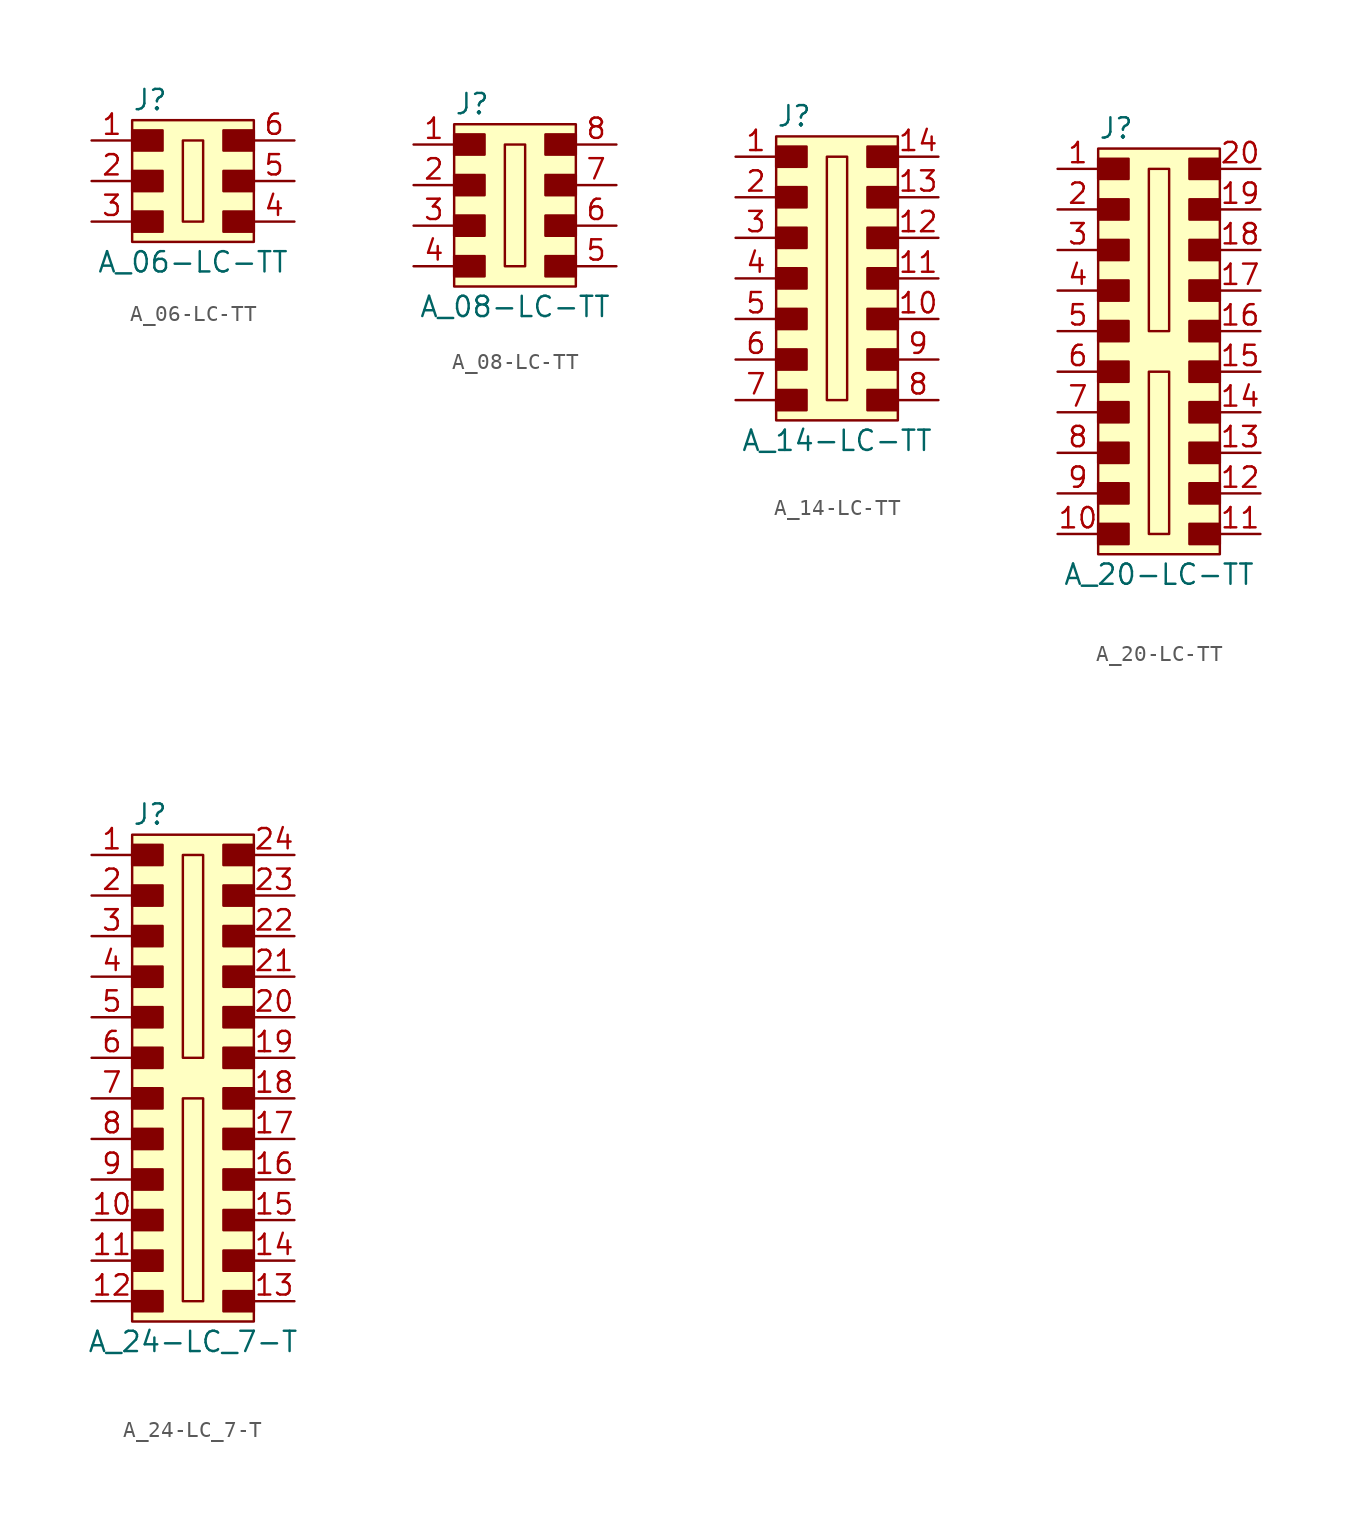
<source format=kicad_sym>
(kicad_symbol_lib
  (version 20201005)
  (generator kicad_symbol_editor)
  (symbol "A_06-LC-TT"
    (pin_names
      (offset 1.016))
    (property "Reference" "J"
      (at -3.81 5.08 0)
      (effects (font (size 1.27 1.27)) (justify left)))
    (property "Value" "A_06-LC-TT"
      (at 0 -5.08 0)
      (effects (font (size 1.27 1.27))))
    (symbol "A_06-LC-TT_1_1"
      (rectangle (start -3.81 -1.905) (end -1.905 -3.175) (stroke (width 0)) (fill (type outline)))
      (rectangle (start -3.81 0.635) (end -1.905 -0.635) (stroke (width 0)) (fill (type outline)))
      (rectangle (start -3.81 3.175) (end -1.905 1.905) (stroke (width 0)) (fill (type outline)))
      (rectangle (start -3.81 3.81) (end 3.81 -3.81) (stroke (width 0)) (fill (type background)))
      (rectangle (start -0.635 2.54) (end 0.635 -2.54) (stroke (width 0)) (fill (type none)))
      (rectangle (start 1.905 -1.905) (end 3.81 -3.175) (stroke (width 0)) (fill (type outline)))
      (rectangle (start 1.905 0.635) (end 3.81 -0.635) (stroke (width 0)) (fill (type outline)))
      (rectangle (start 1.905 3.175) (end 3.81 1.905) (stroke (width 0)) (fill (type outline)))
      (pin passive line (at -6.35 2.54 0) (length 2.54) (name "~" (effects (font (size 1.27 1.27)))) (number "1" (effects (font (size 1.27 1.27)))))
      (pin passive line (at -6.35 0 0) (length 2.54) (name "~" (effects (font (size 1.27 1.27)))) (number "2" (effects (font (size 1.27 1.27)))))
      (pin passive line (at -6.35 -2.54 0) (length 2.54) (name "~" (effects (font (size 1.27 1.27)))) (number "3" (effects (font (size 1.27 1.27)))))
      (pin passive line (at 6.35 -2.54 180) (length 2.54) (name "~" (effects (font (size 1.27 1.27)))) (number "4" (effects (font (size 1.27 1.27)))))
      (pin passive line (at 6.35 0 180) (length 2.54) (name "~" (effects (font (size 1.27 1.27)))) (number "5" (effects (font (size 1.27 1.27)))))
      (pin passive line (at 6.35 2.54 180) (length 2.54) (name "~" (effects (font (size 1.27 1.27)))) (number "6" (effects (font (size 1.27 1.27)))))))
  (symbol "A_08-LC-TT"
    (pin_names
      (offset 1.016))
    (property "Reference" "J"
      (at -3.81 6.35 0)
      (effects (font (size 1.27 1.27)) (justify left)))
    (property "Value" "A_08-LC-TT"
      (at 0 -6.35 0)
      (effects (font (size 1.27 1.27))))
    (symbol "A_08-LC-TT_1_1"
      (rectangle (start -3.81 -3.175) (end -1.905 -4.445) (stroke (width 0)) (fill (type outline)))
      (rectangle (start -3.81 -0.635) (end -1.905 -1.905) (stroke (width 0)) (fill (type outline)))
      (rectangle (start -3.81 1.905) (end -1.905 0.635) (stroke (width 0)) (fill (type outline)))
      (rectangle (start -3.81 4.445) (end -1.905 3.175) (stroke (width 0)) (fill (type outline)))
      (rectangle (start -3.81 5.08) (end 3.81 -5.08) (stroke (width 0)) (fill (type background)))
      (rectangle (start -0.635 3.81) (end 0.635 -3.81) (stroke (width 0)) (fill (type none)))
      (rectangle (start 1.905 -3.175) (end 3.81 -4.445) (stroke (width 0)) (fill (type outline)))
      (rectangle (start 1.905 -0.635) (end 3.81 -1.905) (stroke (width 0)) (fill (type outline)))
      (rectangle (start 1.905 1.905) (end 3.81 0.635) (stroke (width 0)) (fill (type outline)))
      (rectangle (start 1.905 4.445) (end 3.81 3.175) (stroke (width 0)) (fill (type outline)))
      (pin passive line (at -6.35 3.81 0) (length 2.54) (name "~" (effects (font (size 1.27 1.27)))) (number "1" (effects (font (size 1.27 1.27)))))
      (pin passive line (at -6.35 1.27 0) (length 2.54) (name "~" (effects (font (size 1.27 1.27)))) (number "2" (effects (font (size 1.27 1.27)))))
      (pin passive line (at -6.35 -1.27 0) (length 2.54) (name "~" (effects (font (size 1.27 1.27)))) (number "3" (effects (font (size 1.27 1.27)))))
      (pin passive line (at -6.35 -3.81 0) (length 2.54) (name "~" (effects (font (size 1.27 1.27)))) (number "4" (effects (font (size 1.27 1.27)))))
      (pin passive line (at 6.35 -3.81 180) (length 2.54) (name "~" (effects (font (size 1.27 1.27)))) (number "5" (effects (font (size 1.27 1.27)))))
      (pin passive line (at 6.35 -1.27 180) (length 2.54) (name "~" (effects (font (size 1.27 1.27)))) (number "6" (effects (font (size 1.27 1.27)))))
      (pin passive line (at 6.35 1.27 180) (length 2.54) (name "~" (effects (font (size 1.27 1.27)))) (number "7" (effects (font (size 1.27 1.27)))))
      (pin passive line (at 6.35 3.81 180) (length 2.54) (name "~" (effects (font (size 1.27 1.27)))) (number "8" (effects (font (size 1.27 1.27)))))))
  (symbol "A_14-LC-TT"
    (pin_names
      (offset 1.016))
    (property "Reference" "J"
      (at -3.81 7.62 0)
      (effects (font (size 1.27 1.27)) (justify left)))
    (property "Value" "A_14-LC-TT"
      (at 0 -12.7 0)
      (effects (font (size 1.27 1.27))))
    (symbol "A_14-LC-TT_1_1"
      (rectangle (start -3.81 -9.525) (end -1.905 -10.795) (stroke (width 0)) (fill (type outline)))
      (rectangle (start -3.81 -6.985) (end -1.905 -8.255) (stroke (width 0)) (fill (type outline)))
      (rectangle (start -3.81 -4.445) (end -1.905 -5.715) (stroke (width 0)) (fill (type outline)))
      (rectangle (start -3.81 -1.905) (end -1.905 -3.175) (stroke (width 0)) (fill (type outline)))
      (rectangle (start -3.81 0.635) (end -1.905 -0.635) (stroke (width 0)) (fill (type outline)))
      (rectangle (start -3.81 3.175) (end -1.905 1.905) (stroke (width 0)) (fill (type outline)))
      (rectangle (start -3.81 5.715) (end -1.905 4.445) (stroke (width 0)) (fill (type outline)))
      (rectangle (start -3.81 6.35) (end 3.81 -11.43) (stroke (width 0)) (fill (type background)))
      (rectangle (start -0.635 5.08) (end 0.635 -10.16) (stroke (width 0)) (fill (type none)))
      (rectangle (start 1.905 -9.525) (end 3.81 -10.795) (stroke (width 0)) (fill (type outline)))
      (rectangle (start 1.905 -6.985) (end 3.81 -8.255) (stroke (width 0)) (fill (type outline)))
      (rectangle (start 1.905 -4.445) (end 3.81 -5.715) (stroke (width 0)) (fill (type outline)))
      (rectangle (start 1.905 -1.905) (end 3.81 -3.175) (stroke (width 0)) (fill (type outline)))
      (rectangle (start 1.905 0.635) (end 3.81 -0.635) (stroke (width 0)) (fill (type outline)))
      (rectangle (start 1.905 3.175) (end 3.81 1.905) (stroke (width 0)) (fill (type outline)))
      (rectangle (start 1.905 5.715) (end 3.81 4.445) (stroke (width 0)) (fill (type outline)))
      (pin passive line (at -6.35 5.08 0) (length 2.54) (name "~" (effects (font (size 1.27 1.27)))) (number "1" (effects (font (size 1.27 1.27)))))
      (pin passive line (at 6.35 -5.08 180) (length 2.54) (name "~" (effects (font (size 1.27 1.27)))) (number "10" (effects (font (size 1.27 1.27)))))
      (pin passive line (at 6.35 -2.54 180) (length 2.54) (name "~" (effects (font (size 1.27 1.27)))) (number "11" (effects (font (size 1.27 1.27)))))
      (pin passive line (at 6.35 0 180) (length 2.54) (name "~" (effects (font (size 1.27 1.27)))) (number "12" (effects (font (size 1.27 1.27)))))
      (pin passive line (at 6.35 2.54 180) (length 2.54) (name "~" (effects (font (size 1.27 1.27)))) (number "13" (effects (font (size 1.27 1.27)))))
      (pin passive line (at 6.35 5.08 180) (length 2.54) (name "~" (effects (font (size 1.27 1.27)))) (number "14" (effects (font (size 1.27 1.27)))))
      (pin passive line (at -6.35 2.54 0) (length 2.54) (name "~" (effects (font (size 1.27 1.27)))) (number "2" (effects (font (size 1.27 1.27)))))
      (pin passive line (at -6.35 0 0) (length 2.54) (name "~" (effects (font (size 1.27 1.27)))) (number "3" (effects (font (size 1.27 1.27)))))
      (pin passive line (at -6.35 -2.54 0) (length 2.54) (name "~" (effects (font (size 1.27 1.27)))) (number "4" (effects (font (size 1.27 1.27)))))
      (pin passive line (at -6.35 -5.08 0) (length 2.54) (name "~" (effects (font (size 1.27 1.27)))) (number "5" (effects (font (size 1.27 1.27)))))
      (pin passive line (at -6.35 -7.62 0) (length 2.54) (name "~" (effects (font (size 1.27 1.27)))) (number "6" (effects (font (size 1.27 1.27)))))
      (pin passive line (at -6.35 -10.16 0) (length 2.54) (name "~" (effects (font (size 1.27 1.27)))) (number "7" (effects (font (size 1.27 1.27)))))
      (pin passive line (at 6.35 -10.16 180) (length 2.54) (name "~" (effects (font (size 1.27 1.27)))) (number "8" (effects (font (size 1.27 1.27)))))
      (pin passive line (at 6.35 -7.62 180) (length 2.54) (name "~" (effects (font (size 1.27 1.27)))) (number "9" (effects (font (size 1.27 1.27)))))))
  (symbol "A_20-LC-TT"
    (pin_names
      (offset 1.016))
    (property "Reference" "J"
      (at -3.81 13.97 0)
      (effects (font (size 1.27 1.27)) (justify left)))
    (property "Value" "A_20-LC-TT"
      (at 0 -13.97 0)
      (effects (font (size 1.27 1.27))))
    (symbol "A_20-LC-TT_1_1"
      (rectangle (start -3.81 -10.795) (end -1.905 -12.065) (stroke (width 0)) (fill (type outline)))
      (rectangle (start -3.81 -8.255) (end -1.905 -9.525) (stroke (width 0)) (fill (type outline)))
      (rectangle (start -3.81 -5.715) (end -1.905 -6.985) (stroke (width 0)) (fill (type outline)))
      (rectangle (start -3.81 -3.175) (end -1.905 -4.445) (stroke (width 0)) (fill (type outline)))
      (rectangle (start -3.81 -0.635) (end -1.905 -1.905) (stroke (width 0)) (fill (type outline)))
      (rectangle (start -3.81 1.905) (end -1.905 0.635) (stroke (width 0)) (fill (type outline)))
      (rectangle (start -3.81 4.445) (end -1.905 3.175) (stroke (width 0)) (fill (type outline)))
      (rectangle (start -3.81 6.985) (end -1.905 5.715) (stroke (width 0)) (fill (type outline)))
      (rectangle (start -3.81 9.525) (end -1.905 8.255) (stroke (width 0)) (fill (type outline)))
      (rectangle (start -3.81 12.065) (end -1.905 10.795) (stroke (width 0)) (fill (type outline)))
      (rectangle (start -3.81 12.7) (end 3.81 -12.7) (stroke (width 0)) (fill (type background)))
      (rectangle (start -0.635 -1.27) (end 0.635 -11.43) (stroke (width 0)) (fill (type none)))
      (rectangle (start -0.635 11.43) (end 0.635 1.27) (stroke (width 0)) (fill (type none)))
      (rectangle (start 1.905 -10.795) (end 3.81 -12.065) (stroke (width 0)) (fill (type outline)))
      (rectangle (start 1.905 -8.255) (end 3.81 -9.525) (stroke (width 0)) (fill (type outline)))
      (rectangle (start 1.905 -5.715) (end 3.81 -6.985) (stroke (width 0)) (fill (type outline)))
      (rectangle (start 1.905 -3.175) (end 3.81 -4.445) (stroke (width 0)) (fill (type outline)))
      (rectangle (start 1.905 -0.635) (end 3.81 -1.905) (stroke (width 0)) (fill (type outline)))
      (rectangle (start 1.905 1.905) (end 3.81 0.635) (stroke (width 0)) (fill (type outline)))
      (rectangle (start 1.905 4.445) (end 3.81 3.175) (stroke (width 0)) (fill (type outline)))
      (rectangle (start 1.905 6.985) (end 3.81 5.715) (stroke (width 0)) (fill (type outline)))
      (rectangle (start 1.905 9.525) (end 3.81 8.255) (stroke (width 0)) (fill (type outline)))
      (rectangle (start 1.905 12.065) (end 3.81 10.795) (stroke (width 0)) (fill (type outline)))
      (pin passive line (at -6.35 11.43 0) (length 2.54) (name "~" (effects (font (size 1.27 1.27)))) (number "1" (effects (font (size 1.27 1.27)))))
      (pin passive line (at -6.35 -11.43 0) (length 2.54) (name "~" (effects (font (size 1.27 1.27)))) (number "10" (effects (font (size 1.27 1.27)))))
      (pin passive line (at 6.35 -11.43 180) (length 2.54) (name "~" (effects (font (size 1.27 1.27)))) (number "11" (effects (font (size 1.27 1.27)))))
      (pin passive line (at 6.35 -8.89 180) (length 2.54) (name "~" (effects (font (size 1.27 1.27)))) (number "12" (effects (font (size 1.27 1.27)))))
      (pin passive line (at 6.35 -6.35 180) (length 2.54) (name "~" (effects (font (size 1.27 1.27)))) (number "13" (effects (font (size 1.27 1.27)))))
      (pin passive line (at 6.35 -3.81 180) (length 2.54) (name "~" (effects (font (size 1.27 1.27)))) (number "14" (effects (font (size 1.27 1.27)))))
      (pin passive line (at 6.35 -1.27 180) (length 2.54) (name "~" (effects (font (size 1.27 1.27)))) (number "15" (effects (font (size 1.27 1.27)))))
      (pin passive line (at 6.35 1.27 180) (length 2.54) (name "~" (effects (font (size 1.27 1.27)))) (number "16" (effects (font (size 1.27 1.27)))))
      (pin passive line (at 6.35 3.81 180) (length 2.54) (name "~" (effects (font (size 1.27 1.27)))) (number "17" (effects (font (size 1.27 1.27)))))
      (pin passive line (at 6.35 6.35 180) (length 2.54) (name "~" (effects (font (size 1.27 1.27)))) (number "18" (effects (font (size 1.27 1.27)))))
      (pin passive line (at 6.35 8.89 180) (length 2.54) (name "~" (effects (font (size 1.27 1.27)))) (number "19" (effects (font (size 1.27 1.27)))))
      (pin passive line (at -6.35 8.89 0) (length 2.54) (name "~" (effects (font (size 1.27 1.27)))) (number "2" (effects (font (size 1.27 1.27)))))
      (pin passive line (at 6.35 11.43 180) (length 2.54) (name "~" (effects (font (size 1.27 1.27)))) (number "20" (effects (font (size 1.27 1.27)))))
      (pin passive line (at -6.35 6.35 0) (length 2.54) (name "~" (effects (font (size 1.27 1.27)))) (number "3" (effects (font (size 1.27 1.27)))))
      (pin passive line (at -6.35 3.81 0) (length 2.54) (name "~" (effects (font (size 1.27 1.27)))) (number "4" (effects (font (size 1.27 1.27)))))
      (pin passive line (at -6.35 1.27 0) (length 2.54) (name "~" (effects (font (size 1.27 1.27)))) (number "5" (effects (font (size 1.27 1.27)))))
      (pin passive line (at -6.35 -1.27 0) (length 2.54) (name "~" (effects (font (size 1.27 1.27)))) (number "6" (effects (font (size 1.27 1.27)))))
      (pin passive line (at -6.35 -3.81 0) (length 2.54) (name "~" (effects (font (size 1.27 1.27)))) (number "7" (effects (font (size 1.27 1.27)))))
      (pin passive line (at -6.35 -6.35 0) (length 2.54) (name "~" (effects (font (size 1.27 1.27)))) (number "8" (effects (font (size 1.27 1.27)))))
      (pin passive line (at -6.35 -8.89 0) (length 2.54) (name "~" (effects (font (size 1.27 1.27)))) (number "9" (effects (font (size 1.27 1.27)))))))
  (symbol "A_24-LC_7-T"
    (pin_names
      (offset 1.016))
    (property "Reference" "J"
      (at -3.81 16.51 0)
      (effects (font (size 1.27 1.27)) (justify left)))
    (property "Value" "A_24-LC_7-T"
      (at 0 -16.51 0)
      (effects (font (size 1.27 1.27))))
    (symbol "A_24-LC_7-T_1_1"
      (rectangle (start -3.81 -13.335) (end -1.905 -14.605) (stroke (width 0)) (fill (type outline)))
      (rectangle (start -3.81 -10.795) (end -1.905 -12.065) (stroke (width 0)) (fill (type outline)))
      (rectangle (start -3.81 -8.255) (end -1.905 -9.525) (stroke (width 0)) (fill (type outline)))
      (rectangle (start -3.81 -5.715) (end -1.905 -6.985) (stroke (width 0)) (fill (type outline)))
      (rectangle (start -3.81 -3.175) (end -1.905 -4.445) (stroke (width 0)) (fill (type outline)))
      (rectangle (start -3.81 -0.635) (end -1.905 -1.905) (stroke (width 0)) (fill (type outline)))
      (rectangle (start -3.81 1.905) (end -1.905 0.635) (stroke (width 0)) (fill (type outline)))
      (rectangle (start -3.81 4.445) (end -1.905 3.175) (stroke (width 0)) (fill (type outline)))
      (rectangle (start -3.81 6.985) (end -1.905 5.715) (stroke (width 0)) (fill (type outline)))
      (rectangle (start -3.81 9.525) (end -1.905 8.255) (stroke (width 0)) (fill (type outline)))
      (rectangle (start -3.81 12.065) (end -1.905 10.795) (stroke (width 0)) (fill (type outline)))
      (rectangle (start -3.81 14.605) (end -1.905 13.335) (stroke (width 0)) (fill (type outline)))
      (rectangle (start -3.81 15.24) (end 3.81 -15.24) (stroke (width 0)) (fill (type background)))
      (rectangle (start -0.635 -1.27) (end 0.635 -13.97) (stroke (width 0)) (fill (type none)))
      (rectangle (start -0.635 13.97) (end 0.635 1.27) (stroke (width 0)) (fill (type none)))
      (rectangle (start 1.905 -13.335) (end 3.81 -14.605) (stroke (width 0)) (fill (type outline)))
      (rectangle (start 1.905 -10.795) (end 3.81 -12.065) (stroke (width 0)) (fill (type outline)))
      (rectangle (start 1.905 -8.255) (end 3.81 -9.525) (stroke (width 0)) (fill (type outline)))
      (rectangle (start 1.905 -5.715) (end 3.81 -6.985) (stroke (width 0)) (fill (type outline)))
      (rectangle (start 1.905 -3.175) (end 3.81 -4.445) (stroke (width 0)) (fill (type outline)))
      (rectangle (start 1.905 -0.635) (end 3.81 -1.905) (stroke (width 0)) (fill (type outline)))
      (rectangle (start 1.905 1.905) (end 3.81 0.635) (stroke (width 0)) (fill (type outline)))
      (rectangle (start 1.905 4.445) (end 3.81 3.175) (stroke (width 0)) (fill (type outline)))
      (rectangle (start 1.905 6.985) (end 3.81 5.715) (stroke (width 0)) (fill (type outline)))
      (rectangle (start 1.905 9.525) (end 3.81 8.255) (stroke (width 0)) (fill (type outline)))
      (rectangle (start 1.905 12.065) (end 3.81 10.795) (stroke (width 0)) (fill (type outline)))
      (rectangle (start 1.905 14.605) (end 3.81 13.335) (stroke (width 0)) (fill (type outline)))
      (pin passive line (at -6.35 13.97 0) (length 2.54) (name "~" (effects (font (size 1.27 1.27)))) (number "1" (effects (font (size 1.27 1.27)))))
      (pin passive line (at -6.35 -8.89 0) (length 2.54) (name "~" (effects (font (size 1.27 1.27)))) (number "10" (effects (font (size 1.27 1.27)))))
      (pin passive line (at -6.35 -11.43 0) (length 2.54) (name "~" (effects (font (size 1.27 1.27)))) (number "11" (effects (font (size 1.27 1.27)))))
      (pin passive line (at -6.35 -13.97 0) (length 2.54) (name "~" (effects (font (size 1.27 1.27)))) (number "12" (effects (font (size 1.27 1.27)))))
      (pin passive line (at 6.35 -13.97 180) (length 2.54) (name "~" (effects (font (size 1.27 1.27)))) (number "13" (effects (font (size 1.27 1.27)))))
      (pin passive line (at 6.35 -11.43 180) (length 2.54) (name "~" (effects (font (size 1.27 1.27)))) (number "14" (effects (font (size 1.27 1.27)))))
      (pin passive line (at 6.35 -8.89 180) (length 2.54) (name "~" (effects (font (size 1.27 1.27)))) (number "15" (effects (font (size 1.27 1.27)))))
      (pin passive line (at 6.35 -6.35 180) (length 2.54) (name "~" (effects (font (size 1.27 1.27)))) (number "16" (effects (font (size 1.27 1.27)))))
      (pin passive line (at 6.35 -3.81 180) (length 2.54) (name "~" (effects (font (size 1.27 1.27)))) (number "17" (effects (font (size 1.27 1.27)))))
      (pin passive line (at 6.35 -1.27 180) (length 2.54) (name "~" (effects (font (size 1.27 1.27)))) (number "18" (effects (font (size 1.27 1.27)))))
      (pin passive line (at 6.35 1.27 180) (length 2.54) (name "~" (effects (font (size 1.27 1.27)))) (number "19" (effects (font (size 1.27 1.27)))))
      (pin passive line (at -6.35 11.43 0) (length 2.54) (name "~" (effects (font (size 1.27 1.27)))) (number "2" (effects (font (size 1.27 1.27)))))
      (pin passive line (at 6.35 3.81 180) (length 2.54) (name "~" (effects (font (size 1.27 1.27)))) (number "20" (effects (font (size 1.27 1.27)))))
      (pin passive line (at 6.35 6.35 180) (length 2.54) (name "~" (effects (font (size 1.27 1.27)))) (number "21" (effects (font (size 1.27 1.27)))))
      (pin passive line (at 6.35 8.89 180) (length 2.54) (name "~" (effects (font (size 1.27 1.27)))) (number "22" (effects (font (size 1.27 1.27)))))
      (pin passive line (at 6.35 11.43 180) (length 2.54) (name "~" (effects (font (size 1.27 1.27)))) (number "23" (effects (font (size 1.27 1.27)))))
      (pin passive line (at 6.35 13.97 180) (length 2.54) (name "~" (effects (font (size 1.27 1.27)))) (number "24" (effects (font (size 1.27 1.27)))))
      (pin passive line (at -6.35 8.89 0) (length 2.54) (name "~" (effects (font (size 1.27 1.27)))) (number "3" (effects (font (size 1.27 1.27)))))
      (pin passive line (at -6.35 6.35 0) (length 2.54) (name "~" (effects (font (size 1.27 1.27)))) (number "4" (effects (font (size 1.27 1.27)))))
      (pin passive line (at -6.35 3.81 0) (length 2.54) (name "~" (effects (font (size 1.27 1.27)))) (number "5" (effects (font (size 1.27 1.27)))))
      (pin passive line (at -6.35 1.27 0) (length 2.54) (name "~" (effects (font (size 1.27 1.27)))) (number "6" (effects (font (size 1.27 1.27)))))
      (pin passive line (at -6.35 -1.27 0) (length 2.54) (name "~" (effects (font (size 1.27 1.27)))) (number "7" (effects (font (size 1.27 1.27)))))
      (pin passive line (at -6.35 -3.81 0) (length 2.54) (name "~" (effects (font (size 1.27 1.27)))) (number "8" (effects (font (size 1.27 1.27)))))
      (pin passive line (at -6.35 -6.35 0) (length 2.54) (name "~" (effects (font (size 1.27 1.27)))) (number "9" (effects (font (size 1.27 1.27))))))))
</source>
